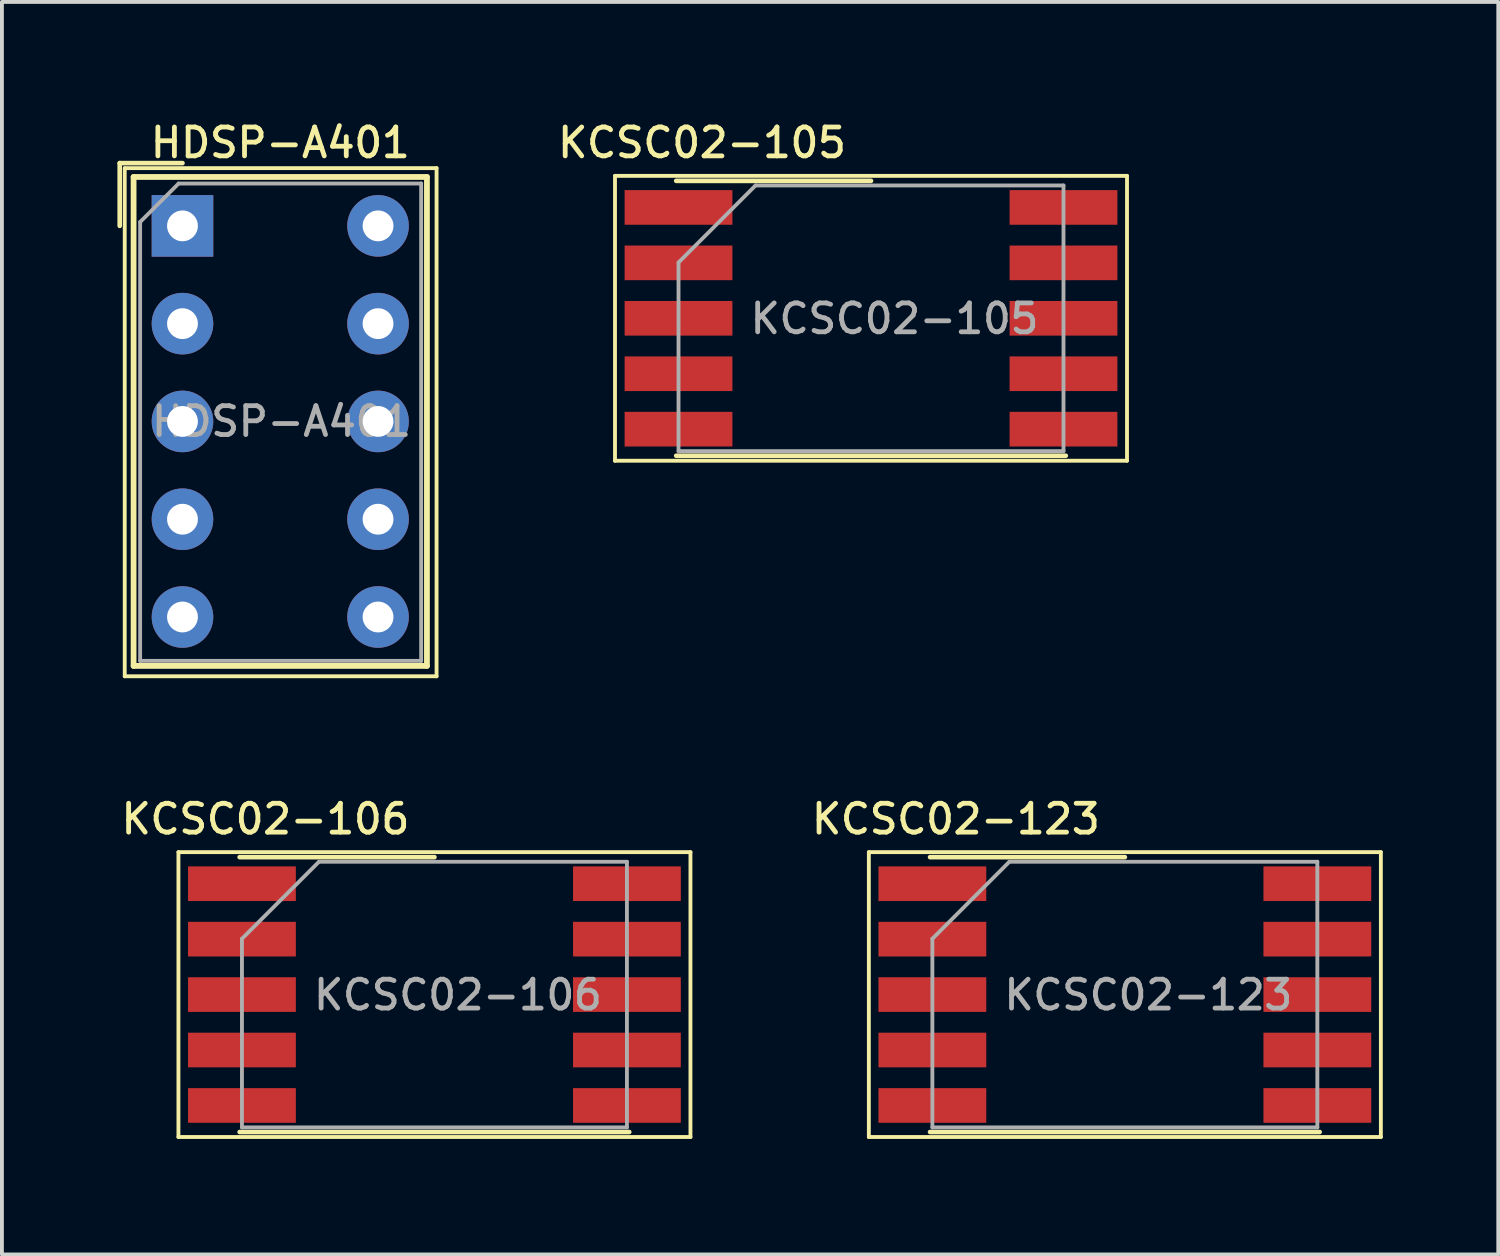
<source format=kicad_pcb>
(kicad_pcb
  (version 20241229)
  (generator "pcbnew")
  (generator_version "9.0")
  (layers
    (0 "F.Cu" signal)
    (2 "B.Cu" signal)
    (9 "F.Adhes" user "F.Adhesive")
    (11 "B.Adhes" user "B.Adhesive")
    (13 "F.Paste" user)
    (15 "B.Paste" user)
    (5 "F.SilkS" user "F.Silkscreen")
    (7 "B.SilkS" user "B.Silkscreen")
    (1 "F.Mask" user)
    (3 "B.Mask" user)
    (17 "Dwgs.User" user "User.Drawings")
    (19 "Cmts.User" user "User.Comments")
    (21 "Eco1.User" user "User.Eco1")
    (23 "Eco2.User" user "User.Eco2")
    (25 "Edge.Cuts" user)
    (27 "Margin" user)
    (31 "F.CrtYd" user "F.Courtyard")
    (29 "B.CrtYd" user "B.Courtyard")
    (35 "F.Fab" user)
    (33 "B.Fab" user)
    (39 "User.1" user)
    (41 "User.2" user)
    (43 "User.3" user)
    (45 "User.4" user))
  (footprint "KCSC02-123"
    (layer "F.Cu")
    (at 26.169 22.785)
    (property "Reference" "KCSC02-123" (at -4.39 -4.56 0) (layer "F.SilkS") (effects (font (size 0.75 0.75) (thickness 0.125))))
    (attr smd)
    (fp_line (start -6.65 -3.7) (end -6.65 3.7) (stroke (width 0.1) (type solid)) (layer "F.SilkS"))
    (fp_line (start -6.65 -3.7) (end 6.65 -3.7) (stroke (width 0.1) (type solid)) (layer "F.SilkS"))
    (fp_line (start -5.06 -3.57) (end 0 -3.57) (stroke (width 0.12) (type solid)) (layer "F.SilkS"))
    (fp_line (start 5.06 3.57) (end -5.06 3.57) (stroke (width 0.12) (type solid)) (layer "F.SilkS"))
    (fp_line (start 6.65 -3.7) (end 6.65 3.7) (stroke (width 0.1) (type solid)) (layer "F.SilkS"))
    (fp_line (start 6.65 3.7) (end -6.65 3.7) (stroke (width 0.1) (type solid)) (layer "F.SilkS"))
    (fp_line (start -5 -1.45) (end -3 -3.45) (stroke (width 0.1) (type solid)) (layer "F.Fab"))
    (fp_line (start -5 3.45) (end -5 -1.45) (stroke (width 0.1) (type solid)) (layer "F.Fab"))
    (fp_line (start -3 -3.45) (end 5 -3.45) (stroke (width 0.1) (type solid)) (layer "F.Fab"))
    (fp_line (start 5 -3.45) (end 5 3.45) (stroke (width 0.1) (type solid)) (layer "F.Fab"))
    (fp_line (start 5 3.45) (end -5 3.45) (stroke (width 0.1) (type solid)) (layer "F.Fab"))
    (fp_text user "${REFERENCE}" (at 0.61 0.01 0) (layer "F.Fab") (effects (font (size 0.75 0.75) (thickness 0.125))))
    (pad "1" smd rect (at -5 -2.88) (size 2.8 0.9) (layers "F.Cu" "F.Mask" "F.Paste"))
    (pad "2" smd rect (at -5 -1.44) (size 2.8 0.9) (layers "F.Cu" "F.Mask" "F.Paste"))
    (pad "3" smd rect (at -5 0) (size 2.8 0.9) (layers "F.Cu" "F.Mask" "F.Paste"))
    (pad "4" smd rect (at -5 1.44) (size 2.8 0.9) (layers "F.Cu" "F.Mask" "F.Paste"))
    (pad "5" smd rect (at -5 2.88) (size 2.8 0.9) (layers "F.Cu" "F.Mask" "F.Paste"))
    (pad "6" smd rect (at 5 2.88) (size 2.8 0.9) (layers "F.Cu" "F.Mask" "F.Paste"))
    (pad "7" smd rect (at 5 1.44) (size 2.8 0.9) (layers "F.Cu" "F.Mask" "F.Paste"))
    (pad "8" smd rect (at 5 0) (size 2.8 0.9) (layers "F.Cu" "F.Mask" "F.Paste"))
    (pad "9" smd rect (at 5 -1.44) (size 2.8 0.9) (layers "F.Cu" "F.Mask" "F.Paste"))
    (pad "10" smd rect (at 5 -2.88) (size 2.8 0.9) (layers "F.Cu" "F.Mask" "F.Paste")))
  (footprint "KCSC02-105"
    (layer "F.Cu")
    (at 19.575 5.218)
    (property "Reference" "KCSC02-105" (at -4.39 -4.56 0) (layer "F.SilkS") (effects (font (size 0.75 0.75) (thickness 0.125))))
    (attr smd)
    (fp_line (start -6.65 -3.7) (end -6.65 3.7) (stroke (width 0.1) (type solid)) (layer "F.SilkS"))
    (fp_line (start -6.65 -3.7) (end 6.65 -3.7) (stroke (width 0.1) (type solid)) (layer "F.SilkS"))
    (fp_line (start -5.06 -3.57) (end 0 -3.57) (stroke (width 0.12) (type solid)) (layer "F.SilkS"))
    (fp_line (start 5.06 3.57) (end -5.06 3.57) (stroke (width 0.12) (type solid)) (layer "F.SilkS"))
    (fp_line (start 6.65 -3.7) (end 6.65 3.7) (stroke (width 0.1) (type solid)) (layer "F.SilkS"))
    (fp_line (start 6.65 3.7) (end -6.65 3.7) (stroke (width 0.1) (type solid)) (layer "F.SilkS"))
    (fp_line (start -5 -1.45) (end -3 -3.45) (stroke (width 0.1) (type solid)) (layer "F.Fab"))
    (fp_line (start -5 3.45) (end -5 -1.45) (stroke (width 0.1) (type solid)) (layer "F.Fab"))
    (fp_line (start -3 -3.45) (end 5 -3.45) (stroke (width 0.1) (type solid)) (layer "F.Fab"))
    (fp_line (start 5 -3.45) (end 5 3.45) (stroke (width 0.1) (type solid)) (layer "F.Fab"))
    (fp_line (start 5 3.45) (end -5 3.45) (stroke (width 0.1) (type solid)) (layer "F.Fab"))
    (fp_text user "${REFERENCE}" (at 0.61 0.01 0) (layer "F.Fab") (effects (font (size 0.75 0.75) (thickness 0.125))))
    (pad "1" smd rect (at -5 -2.88) (size 2.8 0.9) (layers "F.Cu" "F.Mask" "F.Paste"))
    (pad "2" smd rect (at -5 -1.44) (size 2.8 0.9) (layers "F.Cu" "F.Mask" "F.Paste"))
    (pad "3" smd rect (at -5 0) (size 2.8 0.9) (layers "F.Cu" "F.Mask" "F.Paste"))
    (pad "4" smd rect (at -5 1.44) (size 2.8 0.9) (layers "F.Cu" "F.Mask" "F.Paste"))
    (pad "5" smd rect (at -5 2.88) (size 2.8 0.9) (layers "F.Cu" "F.Mask" "F.Paste"))
    (pad "6" smd rect (at 5 2.88) (size 2.8 0.9) (layers "F.Cu" "F.Mask" "F.Paste"))
    (pad "7" smd rect (at 5 1.44) (size 2.8 0.9) (layers "F.Cu" "F.Mask" "F.Paste"))
    (pad "8" smd rect (at 5 0) (size 2.8 0.9) (layers "F.Cu" "F.Mask" "F.Paste"))
    (pad "9" smd rect (at 5 -1.44) (size 2.8 0.9) (layers "F.Cu" "F.Mask" "F.Paste"))
    (pad "10" smd rect (at 5 -2.88) (size 2.8 0.9) (layers "F.Cu" "F.Mask" "F.Paste")))
  (footprint "KCSC02-106"
    (layer "F.Cu")
    (at 8.235 22.785)
    (property "Reference" "KCSC02-106" (at -4.39 -4.56 0) (layer "F.SilkS") (effects (font (size 0.75 0.75) (thickness 0.125))))
    (attr smd)
    (fp_line (start -6.65 -3.7) (end -6.65 3.7) (stroke (width 0.1) (type solid)) (layer "F.SilkS"))
    (fp_line (start -6.65 -3.7) (end 6.65 -3.7) (stroke (width 0.1) (type solid)) (layer "F.SilkS"))
    (fp_line (start -5.06 -3.57) (end 0 -3.57) (stroke (width 0.12) (type solid)) (layer "F.SilkS"))
    (fp_line (start 5.06 3.57) (end -5.06 3.57) (stroke (width 0.12) (type solid)) (layer "F.SilkS"))
    (fp_line (start 6.65 -3.7) (end 6.65 3.7) (stroke (width 0.1) (type solid)) (layer "F.SilkS"))
    (fp_line (start 6.65 3.7) (end -6.65 3.7) (stroke (width 0.1) (type solid)) (layer "F.SilkS"))
    (fp_line (start -5 -1.45) (end -3 -3.45) (stroke (width 0.1) (type solid)) (layer "F.Fab"))
    (fp_line (start -5 3.45) (end -5 -1.45) (stroke (width 0.1) (type solid)) (layer "F.Fab"))
    (fp_line (start -3 -3.45) (end 5 -3.45) (stroke (width 0.1) (type solid)) (layer "F.Fab"))
    (fp_line (start 5 -3.45) (end 5 3.45) (stroke (width 0.1) (type solid)) (layer "F.Fab"))
    (fp_line (start 5 3.45) (end -5 3.45) (stroke (width 0.1) (type solid)) (layer "F.Fab"))
    (fp_text user "${REFERENCE}" (at 0.61 0.01 0) (layer "F.Fab") (effects (font (size 0.75 0.75) (thickness 0.125))))
    (pad "1" smd rect (at -5 -2.88) (size 2.8 0.9) (layers "F.Cu" "F.Mask" "F.Paste"))
    (pad "2" smd rect (at -5 -1.44) (size 2.8 0.9) (layers "F.Cu" "F.Mask" "F.Paste"))
    (pad "3" smd rect (at -5 0) (size 2.8 0.9) (layers "F.Cu" "F.Mask" "F.Paste"))
    (pad "4" smd rect (at -5 1.44) (size 2.8 0.9) (layers "F.Cu" "F.Mask" "F.Paste"))
    (pad "5" smd rect (at -5 2.88) (size 2.8 0.9) (layers "F.Cu" "F.Mask" "F.Paste"))
    (pad "6" smd rect (at 5 2.88) (size 2.8 0.9) (layers "F.Cu" "F.Mask" "F.Paste"))
    (pad "7" smd rect (at 5 1.44) (size 2.8 0.9) (layers "F.Cu" "F.Mask" "F.Paste"))
    (pad "8" smd rect (at 5 0) (size 2.8 0.9) (layers "F.Cu" "F.Mask" "F.Paste"))
    (pad "9" smd rect (at 5 -1.44) (size 2.8 0.9) (layers "F.Cu" "F.Mask" "F.Paste"))
    (pad "10" smd rect (at 5 -2.88) (size 2.8 0.9) (layers "F.Cu" "F.Mask" "F.Paste")))
  (footprint "HDSP-A401"
    (layer "F.Cu")
    (at 1.69 2.817)
    (property "Reference" "HDSP-A401" (at 2.54 -2.159 0) (layer "F.SilkS") (effects (font (size 0.75 0.75) (thickness 0.125))))
    (attr through_hole)
    (fp_line (start -1.63 -1.63) (end 0 -1.63) (stroke (width 0.12) (type solid)) (layer "F.SilkS"))
    (fp_line (start -1.63 0) (end -1.63 -1.63) (stroke (width 0.12) (type solid)) (layer "F.SilkS"))
    (fp_line (start -1.5 -1.5) (end 6.6 -1.5) (stroke (width 0.1) (type solid)) (layer "F.SilkS"))
    (fp_line (start -1.5 11.7) (end -1.5 -1.5) (stroke (width 0.1) (type solid)) (layer "F.SilkS"))
    (fp_line (start -1.27 -1.27) (end -1.27 11.43) (stroke (width 0.15) (type solid)) (layer "F.SilkS"))
    (fp_line (start -1.27 11.43) (end 6.35 11.43) (stroke (width 0.15) (type solid)) (layer "F.SilkS"))
    (fp_line (start 6.35 -1.27) (end -1.27 -1.27) (stroke (width 0.15) (type solid)) (layer "F.SilkS"))
    (fp_line (start 6.35 11.43) (end 6.35 -1.27) (stroke (width 0.15) (type solid)) (layer "F.SilkS"))
    (fp_line (start 6.6 -1.5) (end 6.6 11.7) (stroke (width 0.1) (type solid)) (layer "F.SilkS"))
    (fp_line (start 6.6 11.7) (end -1.5 11.7) (stroke (width 0.1) (type solid)) (layer "F.SilkS"))
    (fp_line (start -1.1 -0.1) (end -0.1 -1.1) (stroke (width 0.1) (type solid)) (layer "F.Fab"))
    (fp_line (start -1.1 11.3) (end -1.1 -0.1) (stroke (width 0.1) (type solid)) (layer "F.Fab"))
    (fp_line (start -0.1 -1.1) (end 6.2 -1.1) (stroke (width 0.1) (type solid)) (layer "F.Fab"))
    (fp_line (start 6.2 -1.1) (end 6.2 11.3) (stroke (width 0.1) (type solid)) (layer "F.Fab"))
    (fp_line (start 6.2 11.3) (end -1.1 11.3) (stroke (width 0.1) (type solid)) (layer "F.Fab"))
    (fp_text user "${REFERENCE}" (at 2.573 5.08 0) (layer "F.Fab") (effects (font (size 0.75 0.75) (thickness 0.125))))
    (pad "1" thru_hole rect (at 0 0) (size 1.6 1.6) (drill 0.8) (layers "*.Cu" "*.Mask"))
    (pad "2" thru_hole circle (at 0 2.54) (size 1.6 1.6) (drill 0.8) (layers "*.Cu" "*.Mask"))
    (pad "3" thru_hole circle (at 0 5.08) (size 1.6 1.6) (drill 0.8) (layers "*.Cu" "*.Mask"))
    (pad "4" thru_hole circle (at 0 7.62) (size 1.6 1.6) (drill 0.8) (layers "*.Cu" "*.Mask"))
    (pad "5" thru_hole circle (at 0 10.16) (size 1.6 1.6) (drill 0.8) (layers "*.Cu" "*.Mask"))
    (pad "6" thru_hole circle (at 5.08 10.16) (size 1.6 1.6) (drill 0.8) (layers "*.Cu" "*.Mask"))
    (pad "7" thru_hole circle (at 5.08 7.62) (size 1.6 1.6) (drill 0.8) (layers "*.Cu" "*.Mask"))
    (pad "8" thru_hole circle (at 5.08 5.08) (size 1.6 1.6) (drill 0.8) (layers "*.Cu" "*.Mask"))
    (pad "9" thru_hole circle (at 5.08 2.54) (size 1.6 1.6) (drill 0.8) (layers "*.Cu" "*.Mask"))
    (pad "10" thru_hole circle (at 5.08 0) (size 1.6 1.6) (drill 0.8) (layers "*.Cu" "*.Mask")))
  (gr_rect
    (start -3 -3)
    (end 35.869 29.535)
    (stroke (width 0.1) (type default))
    (fill no)
    (layer "Edge.Cuts")))
</source>
